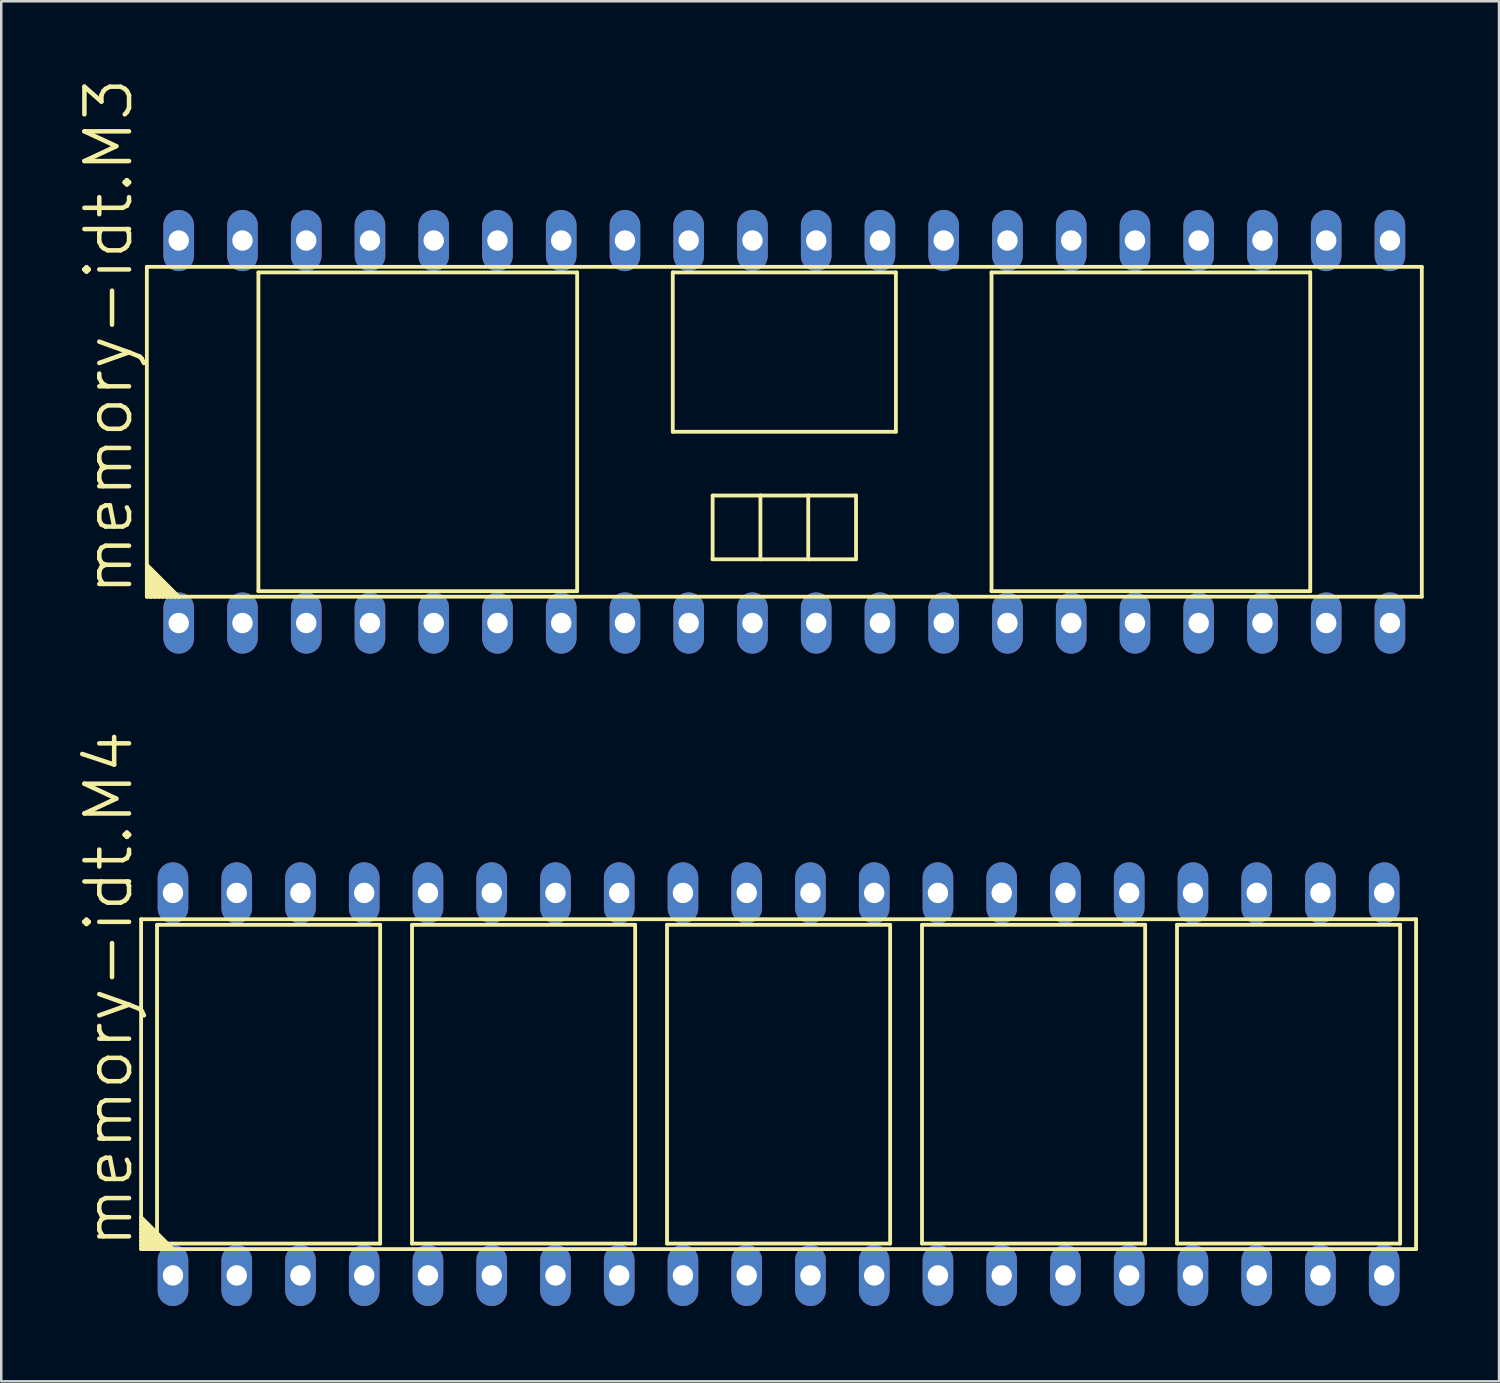
<source format=kicad_pcb>
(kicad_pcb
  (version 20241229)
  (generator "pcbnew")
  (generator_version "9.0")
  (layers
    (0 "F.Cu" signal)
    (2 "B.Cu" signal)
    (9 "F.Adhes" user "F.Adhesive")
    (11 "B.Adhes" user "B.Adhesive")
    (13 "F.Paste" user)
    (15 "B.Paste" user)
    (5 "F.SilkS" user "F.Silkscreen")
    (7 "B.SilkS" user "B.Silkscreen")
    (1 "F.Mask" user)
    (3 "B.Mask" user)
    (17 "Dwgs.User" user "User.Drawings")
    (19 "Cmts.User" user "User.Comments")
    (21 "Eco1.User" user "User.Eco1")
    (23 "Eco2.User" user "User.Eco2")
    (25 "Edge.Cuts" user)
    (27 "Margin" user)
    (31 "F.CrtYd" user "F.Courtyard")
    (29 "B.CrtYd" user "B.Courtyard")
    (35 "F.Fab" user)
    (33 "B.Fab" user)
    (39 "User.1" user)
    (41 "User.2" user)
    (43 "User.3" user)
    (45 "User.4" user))
  (footprint "memory-idt.M3"
    (layer "F.Cu")
    (at 28.201 14.154)
    (property "Reference" "memory-idt.M3" (at -25.883 6.604 90) (layer "F.SilkS") (effects (font (size 1.778 1.778) (thickness 0.18)) (justify left bottom)))
    (attr through_hole)
    (fp_line (start -25.4 -6.572) (end 25.4 -6.572) (stroke (width 0.152) (type default)) (layer "F.SilkS"))
    (fp_line (start -25.4 5.302) (end -25.4 -6.572) (stroke (width 0.152) (type default)) (layer "F.SilkS"))
    (fp_line (start -25.4 5.302) (end -24.13 6.572) (stroke (width 0.152) (type default)) (layer "F.SilkS"))
    (fp_line (start -25.4 5.461) (end -25.4 5.302) (stroke (width 0.152) (type default)) (layer "F.SilkS"))
    (fp_line (start -25.4 5.461) (end -24.289 6.572) (stroke (width 0.152) (type default)) (layer "F.SilkS"))
    (fp_line (start -25.4 5.62) (end -25.4 5.461) (stroke (width 0.152) (type default)) (layer "F.SilkS"))
    (fp_line (start -25.4 5.62) (end -24.448 6.572) (stroke (width 0.152) (type default)) (layer "F.SilkS"))
    (fp_line (start -25.4 5.779) (end -25.4 5.62) (stroke (width 0.152) (type default)) (layer "F.SilkS"))
    (fp_line (start -25.4 5.779) (end -24.606 6.572) (stroke (width 0.152) (type default)) (layer "F.SilkS"))
    (fp_line (start -25.4 5.937) (end -25.4 5.779) (stroke (width 0.152) (type default)) (layer "F.SilkS"))
    (fp_line (start -25.4 5.937) (end -24.765 6.572) (stroke (width 0.152) (type default)) (layer "F.SilkS"))
    (fp_line (start -25.4 6.096) (end -25.4 5.937) (stroke (width 0.152) (type default)) (layer "F.SilkS"))
    (fp_line (start -25.4 6.096) (end -24.924 6.572) (stroke (width 0.152) (type default)) (layer "F.SilkS"))
    (fp_line (start -25.4 6.255) (end -25.4 6.096) (stroke (width 0.152) (type default)) (layer "F.SilkS"))
    (fp_line (start -25.4 6.255) (end -25.083 6.572) (stroke (width 0.152) (type default)) (layer "F.SilkS"))
    (fp_line (start -25.4 6.414) (end -25.4 6.255) (stroke (width 0.152) (type default)) (layer "F.SilkS"))
    (fp_line (start -25.4 6.414) (end -25.241 6.572) (stroke (width 0.152) (type default)) (layer "F.SilkS"))
    (fp_line (start -25.4 6.572) (end -25.4 6.414) (stroke (width 0.152) (type default)) (layer "F.SilkS"))
    (fp_line (start -25.241 6.572) (end -25.4 6.572) (stroke (width 0.152) (type default)) (layer "F.SilkS"))
    (fp_line (start -25.083 6.572) (end -25.241 6.572) (stroke (width 0.152) (type default)) (layer "F.SilkS"))
    (fp_line (start -24.924 6.572) (end -25.083 6.572) (stroke (width 0.152) (type default)) (layer "F.SilkS"))
    (fp_line (start -24.765 6.572) (end -24.924 6.572) (stroke (width 0.152) (type default)) (layer "F.SilkS"))
    (fp_line (start -24.606 6.572) (end -24.765 6.572) (stroke (width 0.152) (type default)) (layer "F.SilkS"))
    (fp_line (start -24.448 6.572) (end -24.606 6.572) (stroke (width 0.152) (type default)) (layer "F.SilkS"))
    (fp_line (start -24.289 6.572) (end -24.448 6.572) (stroke (width 0.152) (type default)) (layer "F.SilkS"))
    (fp_line (start -24.13 6.572) (end -24.289 6.572) (stroke (width 0.152) (type default)) (layer "F.SilkS"))
    (fp_line (start -20.955 -6.35) (end -8.255 -6.35) (stroke (width 0.152) (type default)) (layer "F.SilkS"))
    (fp_line (start -20.955 6.35) (end -20.955 -6.35) (stroke (width 0.152) (type default)) (layer "F.SilkS"))
    (fp_line (start -8.255 -6.35) (end -8.255 6.35) (stroke (width 0.152) (type default)) (layer "F.SilkS"))
    (fp_line (start -8.255 6.35) (end -20.955 6.35) (stroke (width 0.152) (type default)) (layer "F.SilkS"))
    (fp_line (start -4.445 -6.35) (end 4.445 -6.35) (stroke (width 0.152) (type default)) (layer "F.SilkS"))
    (fp_line (start -4.445 0) (end -4.445 -6.35) (stroke (width 0.152) (type default)) (layer "F.SilkS"))
    (fp_line (start -2.857 2.54) (end -2.857 5.08) (stroke (width 0.152) (type default)) (layer "F.SilkS"))
    (fp_line (start -2.857 5.08) (end -0.953 5.08) (stroke (width 0.152) (type default)) (layer "F.SilkS"))
    (fp_line (start -0.953 2.54) (end -2.857 2.54) (stroke (width 0.152) (type default)) (layer "F.SilkS"))
    (fp_line (start -0.953 2.54) (end -0.953 5.08) (stroke (width 0.152) (type default)) (layer "F.SilkS"))
    (fp_line (start -0.953 5.08) (end 0.953 5.08) (stroke (width 0.152) (type default)) (layer "F.SilkS"))
    (fp_line (start 0.953 2.54) (end -0.953 2.54) (stroke (width 0.152) (type default)) (layer "F.SilkS"))
    (fp_line (start 0.953 2.54) (end 0.953 5.08) (stroke (width 0.152) (type default)) (layer "F.SilkS"))
    (fp_line (start 0.953 5.08) (end 2.857 5.08) (stroke (width 0.152) (type default)) (layer "F.SilkS"))
    (fp_line (start 2.857 2.54) (end 0.953 2.54) (stroke (width 0.152) (type default)) (layer "F.SilkS"))
    (fp_line (start 2.857 5.08) (end 2.857 2.54) (stroke (width 0.152) (type default)) (layer "F.SilkS"))
    (fp_line (start 4.445 -6.35) (end 4.445 0) (stroke (width 0.152) (type default)) (layer "F.SilkS"))
    (fp_line (start 4.445 0) (end -4.445 0) (stroke (width 0.152) (type default)) (layer "F.SilkS"))
    (fp_line (start 8.255 -6.35) (end 8.255 6.35) (stroke (width 0.152) (type default)) (layer "F.SilkS"))
    (fp_line (start 8.255 6.35) (end 20.955 6.35) (stroke (width 0.152) (type default)) (layer "F.SilkS"))
    (fp_line (start 20.955 -6.35) (end 8.255 -6.35) (stroke (width 0.152) (type default)) (layer "F.SilkS"))
    (fp_line (start 20.955 6.35) (end 20.955 -6.35) (stroke (width 0.152) (type default)) (layer "F.SilkS"))
    (fp_line (start 25.4 -6.572) (end 25.4 6.572) (stroke (width 0.152) (type default)) (layer "F.SilkS"))
    (fp_line (start 25.4 6.572) (end -24.13 6.572) (stroke (width 0.152) (type default)) (layer "F.SilkS"))
    (pad "1" thru_hole oval (at -24.13 7.62 90) (size 2.438 1.219) (drill 0.813) (layers "*.Cu" "*.Mask"))
    (pad "2" thru_hole oval (at -21.59 7.62 90) (size 2.438 1.219) (drill 0.813) (layers "*.Cu" "*.Mask"))
    (pad "3" thru_hole oval (at -19.05 7.62 90) (size 2.438 1.219) (drill 0.813) (layers "*.Cu" "*.Mask"))
    (pad "4" thru_hole oval (at -16.51 7.62 90) (size 2.438 1.219) (drill 0.813) (layers "*.Cu" "*.Mask"))
    (pad "5" thru_hole oval (at -13.97 7.62 90) (size 2.438 1.219) (drill 0.813) (layers "*.Cu" "*.Mask"))
    (pad "6" thru_hole oval (at -11.43 7.62 90) (size 2.438 1.219) (drill 0.813) (layers "*.Cu" "*.Mask"))
    (pad "7" thru_hole oval (at -8.89 7.62 90) (size 2.438 1.219) (drill 0.813) (layers "*.Cu" "*.Mask"))
    (pad "8" thru_hole oval (at -6.35 7.62 90) (size 2.438 1.219) (drill 0.813) (layers "*.Cu" "*.Mask"))
    (pad "9" thru_hole oval (at -3.81 7.62 90) (size 2.438 1.219) (drill 0.813) (layers "*.Cu" "*.Mask"))
    (pad "10" thru_hole oval (at -1.27 7.62 90) (size 2.438 1.219) (drill 0.813) (layers "*.Cu" "*.Mask"))
    (pad "11" thru_hole oval (at 1.27 7.62 90) (size 2.438 1.219) (drill 0.813) (layers "*.Cu" "*.Mask"))
    (pad "12" thru_hole oval (at 3.81 7.62 90) (size 2.438 1.219) (drill 0.813) (layers "*.Cu" "*.Mask"))
    (pad "13" thru_hole oval (at 6.35 7.62 90) (size 2.438 1.219) (drill 0.813) (layers "*.Cu" "*.Mask"))
    (pad "14" thru_hole oval (at 8.89 7.62 90) (size 2.438 1.219) (drill 0.813) (layers "*.Cu" "*.Mask"))
    (pad "15" thru_hole oval (at 11.43 7.62 90) (size 2.438 1.219) (drill 0.813) (layers "*.Cu" "*.Mask"))
    (pad "16" thru_hole oval (at 13.97 7.62 90) (size 2.438 1.219) (drill 0.813) (layers "*.Cu" "*.Mask"))
    (pad "17" thru_hole oval (at 16.51 7.62 90) (size 2.438 1.219) (drill 0.813) (layers "*.Cu" "*.Mask"))
    (pad "18" thru_hole oval (at 19.05 7.62 90) (size 2.438 1.219) (drill 0.813) (layers "*.Cu" "*.Mask"))
    (pad "19" thru_hole oval (at 21.59 7.62 90) (size 2.438 1.219) (drill 0.813) (layers "*.Cu" "*.Mask"))
    (pad "20" thru_hole oval (at 24.13 7.62 90) (size 2.438 1.219) (drill 0.813) (layers "*.Cu" "*.Mask"))
    (pad "21" thru_hole oval (at 24.13 -7.62 90) (size 2.438 1.219) (drill 0.813) (layers "*.Cu" "*.Mask"))
    (pad "22" thru_hole oval (at 21.59 -7.62 90) (size 2.438 1.219) (drill 0.813) (layers "*.Cu" "*.Mask"))
    (pad "23" thru_hole oval (at 19.05 -7.62 90) (size 2.438 1.219) (drill 0.813) (layers "*.Cu" "*.Mask"))
    (pad "24" thru_hole oval (at 16.51 -7.62 90) (size 2.438 1.219) (drill 0.813) (layers "*.Cu" "*.Mask"))
    (pad "25" thru_hole oval (at 13.97 -7.62 90) (size 2.438 1.219) (drill 0.813) (layers "*.Cu" "*.Mask"))
    (pad "26" thru_hole oval (at 11.43 -7.62 90) (size 2.438 1.219) (drill 0.813) (layers "*.Cu" "*.Mask"))
    (pad "27" thru_hole oval (at 8.89 -7.62 90) (size 2.438 1.219) (drill 0.813) (layers "*.Cu" "*.Mask"))
    (pad "28" thru_hole oval (at 6.35 -7.62 90) (size 2.438 1.219) (drill 0.813) (layers "*.Cu" "*.Mask"))
    (pad "29" thru_hole oval (at 3.81 -7.62 90) (size 2.438 1.219) (drill 0.813) (layers "*.Cu" "*.Mask"))
    (pad "30" thru_hole oval (at 1.27 -7.62 90) (size 2.438 1.219) (drill 0.813) (layers "*.Cu" "*.Mask"))
    (pad "31" thru_hole oval (at -1.27 -7.62 90) (size 2.438 1.219) (drill 0.813) (layers "*.Cu" "*.Mask"))
    (pad "32" thru_hole oval (at -3.81 -7.62 90) (size 2.438 1.219) (drill 0.813) (layers "*.Cu" "*.Mask"))
    (pad "33" thru_hole oval (at -6.35 -7.62 90) (size 2.438 1.219) (drill 0.813) (layers "*.Cu" "*.Mask"))
    (pad "34" thru_hole oval (at -8.89 -7.62 90) (size 2.438 1.219) (drill 0.813) (layers "*.Cu" "*.Mask"))
    (pad "35" thru_hole oval (at -11.43 -7.62 90) (size 2.438 1.219) (drill 0.813) (layers "*.Cu" "*.Mask"))
    (pad "36" thru_hole oval (at -13.97 -7.62 90) (size 2.438 1.219) (drill 0.813) (layers "*.Cu" "*.Mask"))
    (pad "37" thru_hole oval (at -16.51 -7.62 90) (size 2.438 1.219) (drill 0.813) (layers "*.Cu" "*.Mask"))
    (pad "38" thru_hole oval (at -19.05 -7.62 90) (size 2.438 1.219) (drill 0.813) (layers "*.Cu" "*.Mask"))
    (pad "39" thru_hole oval (at -21.59 -7.62 90) (size 2.438 1.219) (drill 0.813) (layers "*.Cu" "*.Mask"))
    (pad "40" thru_hole oval (at -24.13 -7.62 90) (size 2.438 1.219) (drill 0.813) (layers "*.Cu" "*.Mask")))
  (footprint "memory-idt.M4"
    (layer "F.Cu")
    (at 27.972 40.148)
    (property "Reference" "memory-idt.M4" (at -25.654 6.604 90) (layer "F.SilkS") (effects (font (size 1.778 1.778) (thickness 0.18)) (justify left bottom)))
    (attr through_hole)
    (fp_line (start -25.4 -6.572) (end 25.4 -6.572) (stroke (width 0.152) (type default)) (layer "F.SilkS"))
    (fp_line (start -25.4 5.302) (end -25.4 -6.572) (stroke (width 0.152) (type default)) (layer "F.SilkS"))
    (fp_line (start -25.4 5.302) (end -24.13 6.572) (stroke (width 0.152) (type default)) (layer "F.SilkS"))
    (fp_line (start -25.4 5.461) (end -25.4 5.302) (stroke (width 0.152) (type default)) (layer "F.SilkS"))
    (fp_line (start -25.4 5.461) (end -24.289 6.572) (stroke (width 0.152) (type default)) (layer "F.SilkS"))
    (fp_line (start -25.4 5.62) (end -25.4 5.461) (stroke (width 0.152) (type default)) (layer "F.SilkS"))
    (fp_line (start -25.4 5.62) (end -24.448 6.572) (stroke (width 0.152) (type default)) (layer "F.SilkS"))
    (fp_line (start -25.4 5.779) (end -25.4 5.62) (stroke (width 0.152) (type default)) (layer "F.SilkS"))
    (fp_line (start -25.4 5.779) (end -24.606 6.572) (stroke (width 0.152) (type default)) (layer "F.SilkS"))
    (fp_line (start -25.4 5.937) (end -25.4 5.779) (stroke (width 0.152) (type default)) (layer "F.SilkS"))
    (fp_line (start -25.4 5.937) (end -24.765 6.572) (stroke (width 0.152) (type default)) (layer "F.SilkS"))
    (fp_line (start -25.4 6.096) (end -25.4 5.937) (stroke (width 0.152) (type default)) (layer "F.SilkS"))
    (fp_line (start -25.4 6.096) (end -24.924 6.572) (stroke (width 0.152) (type default)) (layer "F.SilkS"))
    (fp_line (start -25.4 6.255) (end -25.4 6.096) (stroke (width 0.152) (type default)) (layer "F.SilkS"))
    (fp_line (start -25.4 6.255) (end -25.083 6.572) (stroke (width 0.152) (type default)) (layer "F.SilkS"))
    (fp_line (start -25.4 6.414) (end -25.4 6.255) (stroke (width 0.152) (type default)) (layer "F.SilkS"))
    (fp_line (start -25.4 6.414) (end -25.241 6.572) (stroke (width 0.152) (type default)) (layer "F.SilkS"))
    (fp_line (start -25.4 6.572) (end -25.4 6.414) (stroke (width 0.152) (type default)) (layer "F.SilkS"))
    (fp_line (start -25.241 6.572) (end -25.4 6.572) (stroke (width 0.152) (type default)) (layer "F.SilkS"))
    (fp_line (start -25.083 6.572) (end -25.241 6.572) (stroke (width 0.152) (type default)) (layer "F.SilkS"))
    (fp_line (start -24.924 6.572) (end -25.083 6.572) (stroke (width 0.152) (type default)) (layer "F.SilkS"))
    (fp_line (start -24.765 -6.35) (end -15.875 -6.35) (stroke (width 0.152) (type default)) (layer "F.SilkS"))
    (fp_line (start -24.765 6.35) (end -24.765 -6.35) (stroke (width 0.152) (type default)) (layer "F.SilkS"))
    (fp_line (start -24.765 6.572) (end -24.924 6.572) (stroke (width 0.152) (type default)) (layer "F.SilkS"))
    (fp_line (start -24.606 6.572) (end -24.765 6.572) (stroke (width 0.152) (type default)) (layer "F.SilkS"))
    (fp_line (start -24.448 6.572) (end -24.606 6.572) (stroke (width 0.152) (type default)) (layer "F.SilkS"))
    (fp_line (start -24.289 6.572) (end -24.448 6.572) (stroke (width 0.152) (type default)) (layer "F.SilkS"))
    (fp_line (start -24.13 6.572) (end -24.289 6.572) (stroke (width 0.152) (type default)) (layer "F.SilkS"))
    (fp_line (start -15.875 -6.35) (end -15.875 6.35) (stroke (width 0.152) (type default)) (layer "F.SilkS"))
    (fp_line (start -15.875 6.35) (end -24.765 6.35) (stroke (width 0.152) (type default)) (layer "F.SilkS"))
    (fp_line (start -14.605 -6.35) (end -5.715 -6.35) (stroke (width 0.152) (type default)) (layer "F.SilkS"))
    (fp_line (start -14.605 6.35) (end -14.605 -6.35) (stroke (width 0.152) (type default)) (layer "F.SilkS"))
    (fp_line (start -5.715 -6.35) (end -5.715 6.35) (stroke (width 0.152) (type default)) (layer "F.SilkS"))
    (fp_line (start -5.715 6.35) (end -14.605 6.35) (stroke (width 0.152) (type default)) (layer "F.SilkS"))
    (fp_line (start -4.445 -6.35) (end 4.445 -6.35) (stroke (width 0.152) (type default)) (layer "F.SilkS"))
    (fp_line (start -4.445 6.35) (end -4.445 -6.35) (stroke (width 0.152) (type default)) (layer "F.SilkS"))
    (fp_line (start 4.445 -6.35) (end 4.445 6.35) (stroke (width 0.152) (type default)) (layer "F.SilkS"))
    (fp_line (start 4.445 6.35) (end -4.445 6.35) (stroke (width 0.152) (type default)) (layer "F.SilkS"))
    (fp_line (start 5.715 -6.35) (end 14.605 -6.35) (stroke (width 0.152) (type default)) (layer "F.SilkS"))
    (fp_line (start 5.715 6.35) (end 5.715 -6.35) (stroke (width 0.152) (type default)) (layer "F.SilkS"))
    (fp_line (start 14.605 -6.35) (end 14.605 6.35) (stroke (width 0.152) (type default)) (layer "F.SilkS"))
    (fp_line (start 14.605 6.35) (end 5.715 6.35) (stroke (width 0.152) (type default)) (layer "F.SilkS"))
    (fp_line (start 15.875 -6.35) (end 15.875 6.35) (stroke (width 0.152) (type default)) (layer "F.SilkS"))
    (fp_line (start 15.875 6.35) (end 24.765 6.35) (stroke (width 0.152) (type default)) (layer "F.SilkS"))
    (fp_line (start 24.765 -6.35) (end 15.875 -6.35) (stroke (width 0.152) (type default)) (layer "F.SilkS"))
    (fp_line (start 24.765 6.35) (end 24.765 -6.35) (stroke (width 0.152) (type default)) (layer "F.SilkS"))
    (fp_line (start 25.4 -6.572) (end 25.4 6.572) (stroke (width 0.152) (type default)) (layer "F.SilkS"))
    (fp_line (start 25.4 6.572) (end -24.13 6.572) (stroke (width 0.152) (type default)) (layer "F.SilkS"))
    (pad "1" thru_hole oval (at -24.13 7.62 90) (size 2.438 1.219) (drill 0.813) (layers "*.Cu" "*.Mask"))
    (pad "2" thru_hole oval (at -21.59 7.62 90) (size 2.438 1.219) (drill 0.813) (layers "*.Cu" "*.Mask"))
    (pad "3" thru_hole oval (at -19.05 7.62 90) (size 2.438 1.219) (drill 0.813) (layers "*.Cu" "*.Mask"))
    (pad "4" thru_hole oval (at -16.51 7.62 90) (size 2.438 1.219) (drill 0.813) (layers "*.Cu" "*.Mask"))
    (pad "5" thru_hole oval (at -13.97 7.62 90) (size 2.438 1.219) (drill 0.813) (layers "*.Cu" "*.Mask"))
    (pad "6" thru_hole oval (at -11.43 7.62 90) (size 2.438 1.219) (drill 0.813) (layers "*.Cu" "*.Mask"))
    (pad "7" thru_hole oval (at -8.89 7.62 90) (size 2.438 1.219) (drill 0.813) (layers "*.Cu" "*.Mask"))
    (pad "8" thru_hole oval (at -6.35 7.62 90) (size 2.438 1.219) (drill 0.813) (layers "*.Cu" "*.Mask"))
    (pad "9" thru_hole oval (at -3.81 7.62 90) (size 2.438 1.219) (drill 0.813) (layers "*.Cu" "*.Mask"))
    (pad "10" thru_hole oval (at -1.27 7.62 90) (size 2.438 1.219) (drill 0.813) (layers "*.Cu" "*.Mask"))
    (pad "11" thru_hole oval (at 1.27 7.62 90) (size 2.438 1.219) (drill 0.813) (layers "*.Cu" "*.Mask"))
    (pad "12" thru_hole oval (at 3.81 7.62 90) (size 2.438 1.219) (drill 0.813) (layers "*.Cu" "*.Mask"))
    (pad "13" thru_hole oval (at 6.35 7.62 90) (size 2.438 1.219) (drill 0.813) (layers "*.Cu" "*.Mask"))
    (pad "14" thru_hole oval (at 8.89 7.62 90) (size 2.438 1.219) (drill 0.813) (layers "*.Cu" "*.Mask"))
    (pad "15" thru_hole oval (at 11.43 7.62 90) (size 2.438 1.219) (drill 0.813) (layers "*.Cu" "*.Mask"))
    (pad "16" thru_hole oval (at 13.97 7.62 90) (size 2.438 1.219) (drill 0.813) (layers "*.Cu" "*.Mask"))
    (pad "17" thru_hole oval (at 16.51 7.62 90) (size 2.438 1.219) (drill 0.813) (layers "*.Cu" "*.Mask"))
    (pad "18" thru_hole oval (at 19.05 7.62 90) (size 2.438 1.219) (drill 0.813) (layers "*.Cu" "*.Mask"))
    (pad "19" thru_hole oval (at 21.59 7.62 90) (size 2.438 1.219) (drill 0.813) (layers "*.Cu" "*.Mask"))
    (pad "20" thru_hole oval (at 24.13 7.62 90) (size 2.438 1.219) (drill 0.813) (layers "*.Cu" "*.Mask"))
    (pad "21" thru_hole oval (at 24.13 -7.62 90) (size 2.438 1.219) (drill 0.813) (layers "*.Cu" "*.Mask"))
    (pad "22" thru_hole oval (at 21.59 -7.62 90) (size 2.438 1.219) (drill 0.813) (layers "*.Cu" "*.Mask"))
    (pad "23" thru_hole oval (at 19.05 -7.62 90) (size 2.438 1.219) (drill 0.813) (layers "*.Cu" "*.Mask"))
    (pad "24" thru_hole oval (at 16.51 -7.62 90) (size 2.438 1.219) (drill 0.813) (layers "*.Cu" "*.Mask"))
    (pad "25" thru_hole oval (at 13.97 -7.62 90) (size 2.438 1.219) (drill 0.813) (layers "*.Cu" "*.Mask"))
    (pad "26" thru_hole oval (at 11.43 -7.62 90) (size 2.438 1.219) (drill 0.813) (layers "*.Cu" "*.Mask"))
    (pad "27" thru_hole oval (at 8.89 -7.62 90) (size 2.438 1.219) (drill 0.813) (layers "*.Cu" "*.Mask"))
    (pad "28" thru_hole oval (at 6.35 -7.62 90) (size 2.438 1.219) (drill 0.813) (layers "*.Cu" "*.Mask"))
    (pad "29" thru_hole oval (at 3.81 -7.62 90) (size 2.438 1.219) (drill 0.813) (layers "*.Cu" "*.Mask"))
    (pad "30" thru_hole oval (at 1.27 -7.62 90) (size 2.438 1.219) (drill 0.813) (layers "*.Cu" "*.Mask"))
    (pad "31" thru_hole oval (at -1.27 -7.62 90) (size 2.438 1.219) (drill 0.813) (layers "*.Cu" "*.Mask"))
    (pad "32" thru_hole oval (at -3.81 -7.62 90) (size 2.438 1.219) (drill 0.813) (layers "*.Cu" "*.Mask"))
    (pad "33" thru_hole oval (at -6.35 -7.62 90) (size 2.438 1.219) (drill 0.813) (layers "*.Cu" "*.Mask"))
    (pad "34" thru_hole oval (at -8.89 -7.62 90) (size 2.438 1.219) (drill 0.813) (layers "*.Cu" "*.Mask"))
    (pad "35" thru_hole oval (at -11.43 -7.62 90) (size 2.438 1.219) (drill 0.813) (layers "*.Cu" "*.Mask"))
    (pad "36" thru_hole oval (at -13.97 -7.62 90) (size 2.438 1.219) (drill 0.813) (layers "*.Cu" "*.Mask"))
    (pad "37" thru_hole oval (at -16.51 -7.62 90) (size 2.438 1.219) (drill 0.813) (layers "*.Cu" "*.Mask"))
    (pad "38" thru_hole oval (at -19.05 -7.62 90) (size 2.438 1.219) (drill 0.813) (layers "*.Cu" "*.Mask"))
    (pad "39" thru_hole oval (at -21.59 -7.62 90) (size 2.438 1.219) (drill 0.813) (layers "*.Cu" "*.Mask"))
    (pad "40" thru_hole oval (at -24.13 -7.62 90) (size 2.438 1.219) (drill 0.813) (layers "*.Cu" "*.Mask")))
  (gr_rect
    (start -3 -3)
    (end 56.677 51.987)
    (stroke (width 0.1) (type default))
    (fill no)
    (layer "Edge.Cuts")))
</source>
